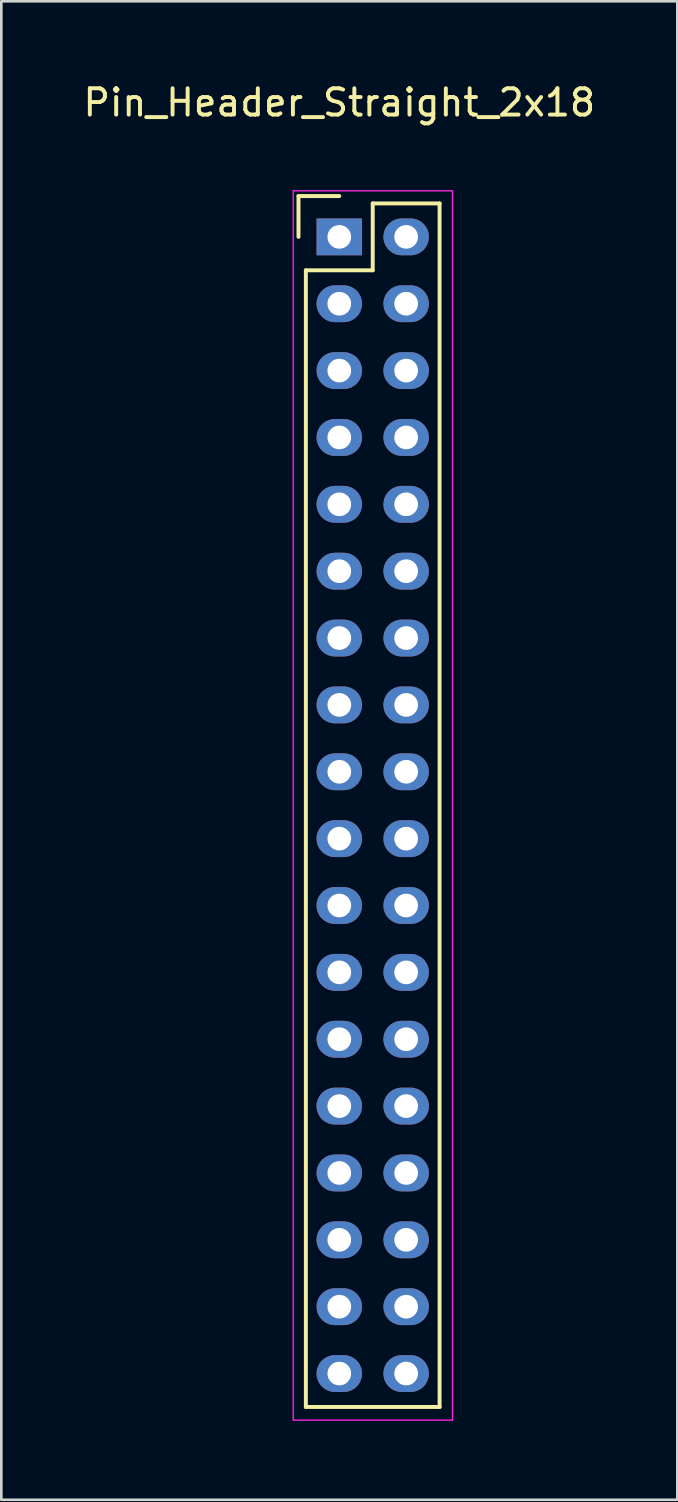
<source format=kicad_pcb>
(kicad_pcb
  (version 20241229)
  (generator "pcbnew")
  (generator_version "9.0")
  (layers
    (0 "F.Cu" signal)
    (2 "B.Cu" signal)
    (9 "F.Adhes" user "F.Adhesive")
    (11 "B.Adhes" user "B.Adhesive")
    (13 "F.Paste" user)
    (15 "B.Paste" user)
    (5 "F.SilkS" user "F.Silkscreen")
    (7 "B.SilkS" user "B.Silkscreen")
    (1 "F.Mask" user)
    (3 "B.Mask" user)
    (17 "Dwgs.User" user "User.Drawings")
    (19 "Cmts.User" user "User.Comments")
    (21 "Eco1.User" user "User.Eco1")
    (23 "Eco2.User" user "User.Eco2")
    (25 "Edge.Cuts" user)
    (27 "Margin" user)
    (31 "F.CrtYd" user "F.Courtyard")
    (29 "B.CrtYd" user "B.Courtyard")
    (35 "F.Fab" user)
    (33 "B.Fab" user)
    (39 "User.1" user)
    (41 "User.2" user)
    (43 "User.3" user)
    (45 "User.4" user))
  (footprint "Pin_Header_Straight_2x18"
    (layer "F.Cu")
    (at 9.839 5.948)
    (property "Reference" "Pin_Header_Straight_2x18" (at 0 -5.1 0) (layer "F.SilkS") (effects (font (size 1 1) (thickness 0.15))))
    (attr through_hole)
    (fp_line (start -1.55 -1.55) (end -1.55 0) (stroke (width 0.15) (type solid)) (layer "F.SilkS"))
    (fp_line (start -1.27 44.45) (end -1.27 1.27) (stroke (width 0.15) (type solid)) (layer "F.SilkS"))
    (fp_line (start 0 -1.55) (end -1.55 -1.55) (stroke (width 0.15) (type solid)) (layer "F.SilkS"))
    (fp_line (start 1.27 -1.27) (end 1.27 1.27) (stroke (width 0.15) (type solid)) (layer "F.SilkS"))
    (fp_line (start 1.27 1.27) (end -1.27 1.27) (stroke (width 0.15) (type solid)) (layer "F.SilkS"))
    (fp_line (start 3.81 -1.27) (end 1.27 -1.27) (stroke (width 0.15) (type solid)) (layer "F.SilkS"))
    (fp_line (start 3.81 -1.27) (end 3.81 44.45) (stroke (width 0.15) (type solid)) (layer "F.SilkS"))
    (fp_line (start 3.81 44.45) (end -1.27 44.45) (stroke (width 0.15) (type solid)) (layer "F.SilkS"))
    (fp_line (start -1.75 -1.75) (end -1.75 44.95) (stroke (width 0.05) (type solid)) (layer "F.CrtYd"))
    (fp_line (start -1.75 -1.75) (end 4.3 -1.75) (stroke (width 0.05) (type solid)) (layer "F.CrtYd"))
    (fp_line (start -1.75 44.95) (end 4.3 44.95) (stroke (width 0.05) (type solid)) (layer "F.CrtYd"))
    (fp_line (start 4.3 -1.75) (end 4.3 44.95) (stroke (width 0.05) (type solid)) (layer "F.CrtYd"))
    (pad "1" thru_hole rect (at 0 0) (size 1.727 1.4) (drill 0.9) (layers "*.Cu" "*.Mask"))
    (pad "2" thru_hole oval (at 2.54 0) (size 1.727 1.4) (drill 0.9) (layers "*.Cu" "*.Mask"))
    (pad "3" thru_hole oval (at 0 2.54) (size 1.727 1.4) (drill 0.9) (layers "*.Cu" "*.Mask"))
    (pad "4" thru_hole oval (at 2.54 2.54) (size 1.727 1.4) (drill 0.9) (layers "*.Cu" "*.Mask"))
    (pad "5" thru_hole oval (at 0 5.08) (size 1.727 1.4) (drill 0.9) (layers "*.Cu" "*.Mask"))
    (pad "6" thru_hole oval (at 2.54 5.08) (size 1.727 1.4) (drill 0.9) (layers "*.Cu" "*.Mask"))
    (pad "7" thru_hole oval (at 0 7.62) (size 1.727 1.4) (drill 0.9) (layers "*.Cu" "*.Mask"))
    (pad "8" thru_hole oval (at 2.54 7.62) (size 1.727 1.4) (drill 0.9) (layers "*.Cu" "*.Mask"))
    (pad "9" thru_hole oval (at 0 10.16) (size 1.727 1.4) (drill 0.9) (layers "*.Cu" "*.Mask"))
    (pad "10" thru_hole oval (at 2.54 10.16) (size 1.727 1.4) (drill 0.9) (layers "*.Cu" "*.Mask"))
    (pad "11" thru_hole oval (at 0 12.7) (size 1.727 1.4) (drill 0.9) (layers "*.Cu" "*.Mask"))
    (pad "12" thru_hole oval (at 2.54 12.7) (size 1.727 1.4) (drill 0.9) (layers "*.Cu" "*.Mask"))
    (pad "13" thru_hole oval (at 0 15.24) (size 1.727 1.4) (drill 0.9) (layers "*.Cu" "*.Mask"))
    (pad "14" thru_hole oval (at 2.54 15.24) (size 1.727 1.4) (drill 0.9) (layers "*.Cu" "*.Mask"))
    (pad "15" thru_hole oval (at 0 17.78) (size 1.727 1.4) (drill 0.9) (layers "*.Cu" "*.Mask"))
    (pad "16" thru_hole oval (at 2.54 17.78) (size 1.727 1.4) (drill 0.9) (layers "*.Cu" "*.Mask"))
    (pad "17" thru_hole oval (at 0 20.32) (size 1.727 1.4) (drill 0.9) (layers "*.Cu" "*.Mask"))
    (pad "18" thru_hole oval (at 2.54 20.32) (size 1.727 1.4) (drill 0.9) (layers "*.Cu" "*.Mask"))
    (pad "19" thru_hole oval (at 0 22.86) (size 1.727 1.4) (drill 0.9) (layers "*.Cu" "*.Mask"))
    (pad "20" thru_hole oval (at 2.54 22.86) (size 1.727 1.4) (drill 0.9) (layers "*.Cu" "*.Mask"))
    (pad "21" thru_hole oval (at 0 25.4) (size 1.727 1.4) (drill 0.9) (layers "*.Cu" "*.Mask"))
    (pad "22" thru_hole oval (at 2.54 25.4) (size 1.727 1.4) (drill 0.9) (layers "*.Cu" "*.Mask"))
    (pad "23" thru_hole oval (at 0 27.94) (size 1.727 1.4) (drill 0.9) (layers "*.Cu" "*.Mask"))
    (pad "24" thru_hole oval (at 2.54 27.94) (size 1.727 1.4) (drill 0.9) (layers "*.Cu" "*.Mask"))
    (pad "25" thru_hole oval (at 0 30.48) (size 1.727 1.4) (drill 0.9) (layers "*.Cu" "*.Mask"))
    (pad "26" thru_hole oval (at 2.54 30.48) (size 1.727 1.4) (drill 0.9) (layers "*.Cu" "*.Mask"))
    (pad "27" thru_hole oval (at 0 33.02) (size 1.727 1.4) (drill 0.9) (layers "*.Cu" "*.Mask"))
    (pad "28" thru_hole oval (at 2.54 33.02) (size 1.727 1.4) (drill 0.9) (layers "*.Cu" "*.Mask"))
    (pad "29" thru_hole oval (at 0 35.56) (size 1.727 1.4) (drill 0.9) (layers "*.Cu" "*.Mask"))
    (pad "30" thru_hole oval (at 2.54 35.56) (size 1.727 1.4) (drill 0.9) (layers "*.Cu" "*.Mask"))
    (pad "31" thru_hole oval (at 0 38.1) (size 1.727 1.4) (drill 0.9) (layers "*.Cu" "*.Mask"))
    (pad "32" thru_hole oval (at 2.54 38.1) (size 1.727 1.4) (drill 0.9) (layers "*.Cu" "*.Mask"))
    (pad "33" thru_hole oval (at 0 40.64) (size 1.727 1.4) (drill 0.9) (layers "*.Cu" "*.Mask"))
    (pad "34" thru_hole oval (at 2.54 40.64) (size 1.727 1.4) (drill 0.9) (layers "*.Cu" "*.Mask"))
    (pad "35" thru_hole oval (at 0 43.18) (size 1.727 1.4) (drill 0.9) (layers "*.Cu" "*.Mask"))
    (pad "36" thru_hole oval (at 2.54 43.18) (size 1.727 1.4) (drill 0.9) (layers "*.Cu" "*.Mask")))
  (gr_rect
    (start -3 -3)
    (end 22.679 53.923)
    (stroke (width 0.1) (type default))
    (fill no)
    (layer "Edge.Cuts")))
</source>
